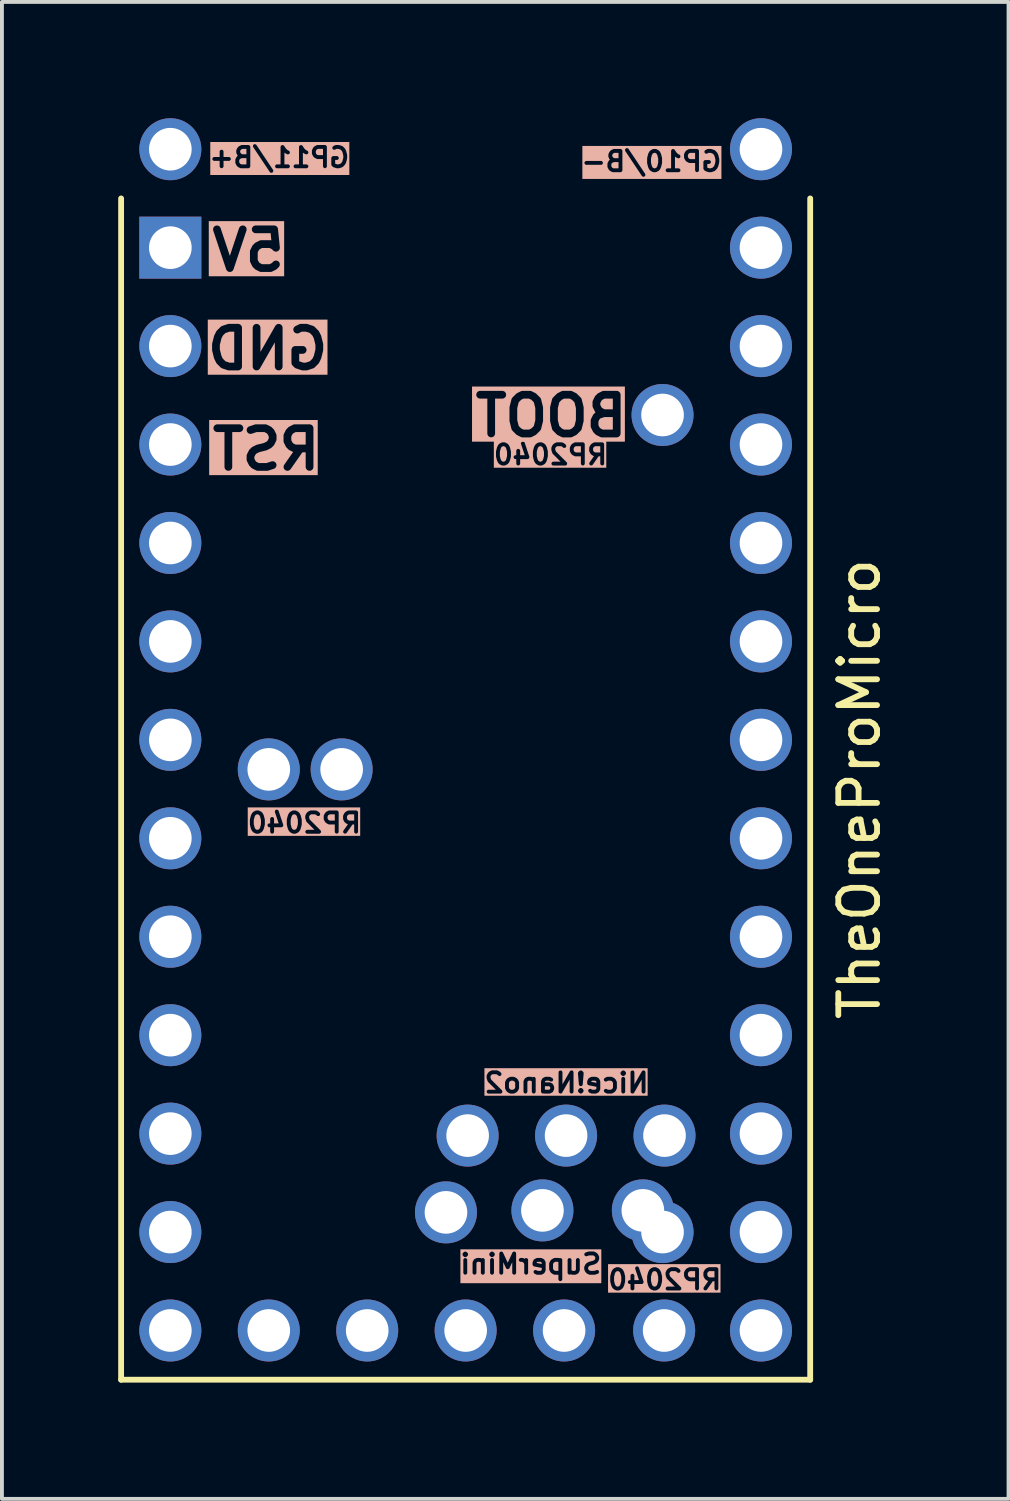
<source format=kicad_pcb>
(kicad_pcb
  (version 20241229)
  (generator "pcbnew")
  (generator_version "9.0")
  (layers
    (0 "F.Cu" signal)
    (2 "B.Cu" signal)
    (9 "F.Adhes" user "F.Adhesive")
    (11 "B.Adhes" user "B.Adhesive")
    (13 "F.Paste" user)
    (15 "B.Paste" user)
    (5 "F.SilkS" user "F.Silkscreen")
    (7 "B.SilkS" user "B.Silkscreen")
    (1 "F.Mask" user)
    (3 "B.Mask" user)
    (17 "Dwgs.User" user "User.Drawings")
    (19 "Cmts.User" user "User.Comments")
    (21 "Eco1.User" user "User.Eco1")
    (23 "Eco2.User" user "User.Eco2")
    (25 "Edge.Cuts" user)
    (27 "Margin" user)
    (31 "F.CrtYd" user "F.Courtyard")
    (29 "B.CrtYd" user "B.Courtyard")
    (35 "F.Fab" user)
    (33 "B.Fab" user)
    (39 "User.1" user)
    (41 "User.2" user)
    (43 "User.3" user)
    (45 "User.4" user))
  (footprint "TheOneProMicro"
    (layer "F.Cu")
    (at 10.235 16.04)
    (property "Reference" "TheOneProMicro" (at 8.89 1.27 270) (layer "F.SilkS") (effects (font (size 1 1) (thickness 0.15))))
    (attr through_hole)
    (fp_line (start -10.16 -13.97) (end -10.16 16.51) (stroke (width 0.15) (type solid)) (layer "F.SilkS"))
    (fp_line (start 7.62 -13.97) (end 7.62 16.51) (stroke (width 0.15) (type solid)) (layer "F.SilkS"))
    (fp_line (start 7.62 16.51) (end -10.16 16.51) (stroke (width 0.15) (type solid)) (layer "F.SilkS"))
    (fp_text user "BOOT" (at 2.997 -7.772 0) (unlocked yes) (layer "B.SilkS" knockout) (effects (font (size 1 1) (thickness 0.2)) (justify left bottom mirror)))
    (fp_text user "RP2040" (at 2.438 -7.061 0) (unlocked yes) (layer "B.SilkS" knockout) (effects (font (size 0.5 0.5) (thickness 0.1) (bold yes)) (justify left bottom mirror)))
    (fp_text user "RP2040" (at -3.912 2.438 0) (unlocked yes) (layer "B.SilkS" knockout) (effects (font (size 0.5 0.5) (thickness 0.1) (bold yes)) (justify left bottom mirror)))
    (fp_text user "GND" (at -4.724 -9.5 0) (unlocked yes) (layer "B.SilkS" knockout) (effects (font (size 1 1) (thickness 0.2) (bold yes)) (justify left bottom mirror)))
    (fp_text user "GP10/B-" (at 5.385 -14.63 0) (unlocked yes) (layer "B.SilkS" knockout) (effects (font (size 0.5 0.5) (thickness 0.1) (bold yes)) (justify left bottom mirror)))
    (fp_text user "SuperMini" (at 2.286 13.818 0) (unlocked yes) (layer "B.SilkS" knockout) (effects (font (size 0.5 0.5) (thickness 0.1) (bold yes)) (justify left bottom mirror)))
    (fp_text user "Nice!Nano2" (at 3.505 9.144 0) (unlocked yes) (layer "B.SilkS" knockout) (effects (font (size 0.5 0.5) (thickness 0.1) (bold yes)) (justify left bottom mirror)))
    (fp_text user "5V" (at -5.842 -12.04 0) (unlocked yes) (layer "B.SilkS" knockout) (effects (font (size 1 1) (thickness 0.2) (bold yes)) (justify left bottom mirror)))
    (fp_text user "GP11/B+" (at -4.216 -14.732 0) (unlocked yes) (layer "B.SilkS" knockout) (effects (font (size 0.5 0.5) (thickness 0.1) (bold yes)) (justify left bottom mirror)))
    (fp_text user "RP2040" (at 5.385 14.224 0) (unlocked yes) (layer "B.SilkS" knockout) (effects (font (size 0.5 0.5) (thickness 0.1) (bold yes)) (justify left bottom mirror)))
    (fp_text user "RST" (at -4.928 -6.909 0) (unlocked yes) (layer "B.SilkS" knockout) (effects (font (size 1 1) (thickness 0.2) (bold yes)) (justify left bottom mirror)))
    (pad "1" thru_hole circle (at 6.35 -12.7 270) (size 1.6 1.6) (drill 1.1) (layers "*.Cu" "B.Mask"))
    (pad "2" thru_hole circle (at 6.35 -10.16 270) (size 1.6 1.6) (drill 1.1) (layers "*.Cu" "B.Mask"))
    (pad "3" thru_hole circle (at 6.35 -7.62 270) (size 1.6 1.6) (drill 1.1) (layers "*.Cu" "B.Mask"))
    (pad "4" thru_hole circle (at 6.35 -5.08 270) (size 1.6 1.6) (drill 1.1) (layers "*.Cu" "B.Mask"))
    (pad "5" thru_hole circle (at 6.35 -2.54 270) (size 1.6 1.6) (drill 1.1) (layers "*.Cu" "B.Mask"))
    (pad "6" thru_hole circle (at 6.35 0 270) (size 1.6 1.6) (drill 1.1) (layers "*.Cu" "B.Mask"))
    (pad "7" thru_hole circle (at 6.35 2.54 270) (size 1.6 1.6) (drill 1.1) (layers "*.Cu" "B.Mask"))
    (pad "8" thru_hole circle (at 6.35 5.08 270) (size 1.6 1.6) (drill 1.1) (layers "*.Cu" "B.Mask"))
    (pad "9" thru_hole circle (at 6.35 7.62 270) (size 1.6 1.6) (drill 1.1) (layers "*.Cu" "B.Mask"))
    (pad "10" thru_hole circle (at 6.35 10.16 270) (size 1.6 1.6) (drill 1.1) (layers "*.Cu" "B.Mask"))
    (pad "11" thru_hole circle (at 6.35 12.7 270) (size 1.6 1.6) (drill 1.1) (layers "*.Cu" "B.Mask"))
    (pad "12" thru_hole circle (at 6.35 15.24 270) (size 1.6 1.6) (drill 1.1) (layers "*.Cu" "B.Mask"))
    (pad "13" thru_hole circle (at -8.89 15.24 270) (size 1.6 1.6) (drill 1.1) (layers "*.Cu" "B.Mask"))
    (pad "14" thru_hole circle (at -8.89 12.7 270) (size 1.6 1.6) (drill 1.1) (layers "*.Cu" "B.Mask"))
    (pad "15" thru_hole circle (at -8.89 10.16 270) (size 1.6 1.6) (drill 1.1) (layers "*.Cu" "B.Mask"))
    (pad "16" thru_hole circle (at -8.89 7.62 270) (size 1.6 1.6) (drill 1.1) (layers "*.Cu" "B.Mask"))
    (pad "17" thru_hole circle (at -8.89 5.08 270) (size 1.6 1.6) (drill 1.1) (layers "*.Cu" "B.Mask"))
    (pad "18" thru_hole circle (at -8.89 2.54 270) (size 1.6 1.6) (drill 1.1) (layers "*.Cu" "B.Mask"))
    (pad "19" thru_hole circle (at -8.89 0 270) (size 1.6 1.6) (drill 1.1) (layers "*.Cu" "B.Mask"))
    (pad "20" thru_hole circle (at -8.89 -2.54 270) (size 1.6 1.6) (drill 1.1) (layers "*.Cu" "B.Mask"))
    (pad "21" thru_hole circle (at -8.89 -5.08 270) (size 1.6 1.6) (drill 1.1) (layers "*.Cu" "B.Mask"))
    (pad "22" thru_hole circle (at -8.89 -7.62 270) (size 1.6 1.6) (drill 1.1) (layers "*.Cu" "B.Mask"))
    (pad "23" thru_hole circle (at -8.89 -10.16 270) (size 1.6 1.6) (drill 1.1) (layers "*.Cu" "B.Mask"))
    (pad "24" thru_hole rect (at -8.89 -12.7 270) (size 1.6 1.6) (drill 1.1) (layers "*.Cu" "B.Mask"))
    (pad "25" thru_hole circle (at 3.302 12.141 270) (size 1.6 1.6) (drill 1.1) (layers "*.Cu" "B.Mask"))
    (pad "25" thru_hole circle (at 3.81 12.7 270) (size 1.6 1.6) (drill 1.1) (layers "*.Cu" "B.Mask"))
    (pad "25" thru_hole circle (at 3.861 10.211 270) (size 1.6 1.6) (drill 1.1) (layers "*.Cu" "B.Mask"))
    (pad "26" thru_hole circle (at 3.852 15.24 270) (size 1.6 1.6) (drill 1.1) (layers "*.Cu" "B.Mask"))
    (pad "27" thru_hole circle (at 1.27 15.24 270) (size 1.6 1.6) (drill 1.1) (layers "*.Cu" "B.Mask"))
    (pad "28" thru_hole circle (at -1.27 15.24 270) (size 1.6 1.6) (drill 1.1) (layers "*.Cu" "B.Mask"))
    (pad "29" thru_hole circle (at -3.81 15.24 270) (size 1.6 1.6) (drill 1.1) (layers "*.Cu" "B.Mask"))
    (pad "30" thru_hole circle (at -6.35 15.24 270) (size 1.6 1.6) (drill 1.1) (layers "*.Cu" "B.Mask"))
    (pad "31" thru_hole circle (at -4.47 0.762 270) (size 1.6 1.6) (drill 1.1) (layers "*.Cu" "B.Mask"))
    (pad "31" thru_hole circle (at -1.778 12.192 270) (size 1.6 1.6) (drill 1.1) (layers "*.Cu" "B.Mask"))
    (pad "31" thru_hole circle (at -1.219 10.211 270) (size 1.6 1.6) (drill 1.1) (layers "*.Cu" "B.Mask"))
    (pad "32" thru_hole circle (at -6.35 0.762 270) (size 1.6 1.6) (drill 1.1) (layers "*.Cu" "B.Mask"))
    (pad "32" thru_hole circle (at 0.711 12.141 270) (size 1.6 1.6) (drill 1.1) (layers "*.Cu" "B.Mask"))
    (pad "32" thru_hole circle (at 1.321 10.211 270) (size 1.6 1.6) (drill 1.1) (layers "*.Cu" "B.Mask"))
    (pad "33" thru_hole circle (at 6.35 -15.24 270) (size 1.6 1.6) (drill 1.1) (layers "*.Cu" "B.Mask"))
    (pad "34" thru_hole circle (at -8.89 -15.24 270) (size 1.6 1.6) (drill 1.1) (layers "*.Cu" "B.Mask"))
    (pad "35" thru_hole circle (at 3.81 -8.382 270) (size 1.6 1.6) (drill 1.1) (layers "*.Cu" "B.Mask")))
  (gr_rect
    (start -3 -3)
    (end 22.973 35.625)
    (stroke (width 0.1) (type default))
    (fill no)
    (layer "Edge.Cuts")))
</source>
